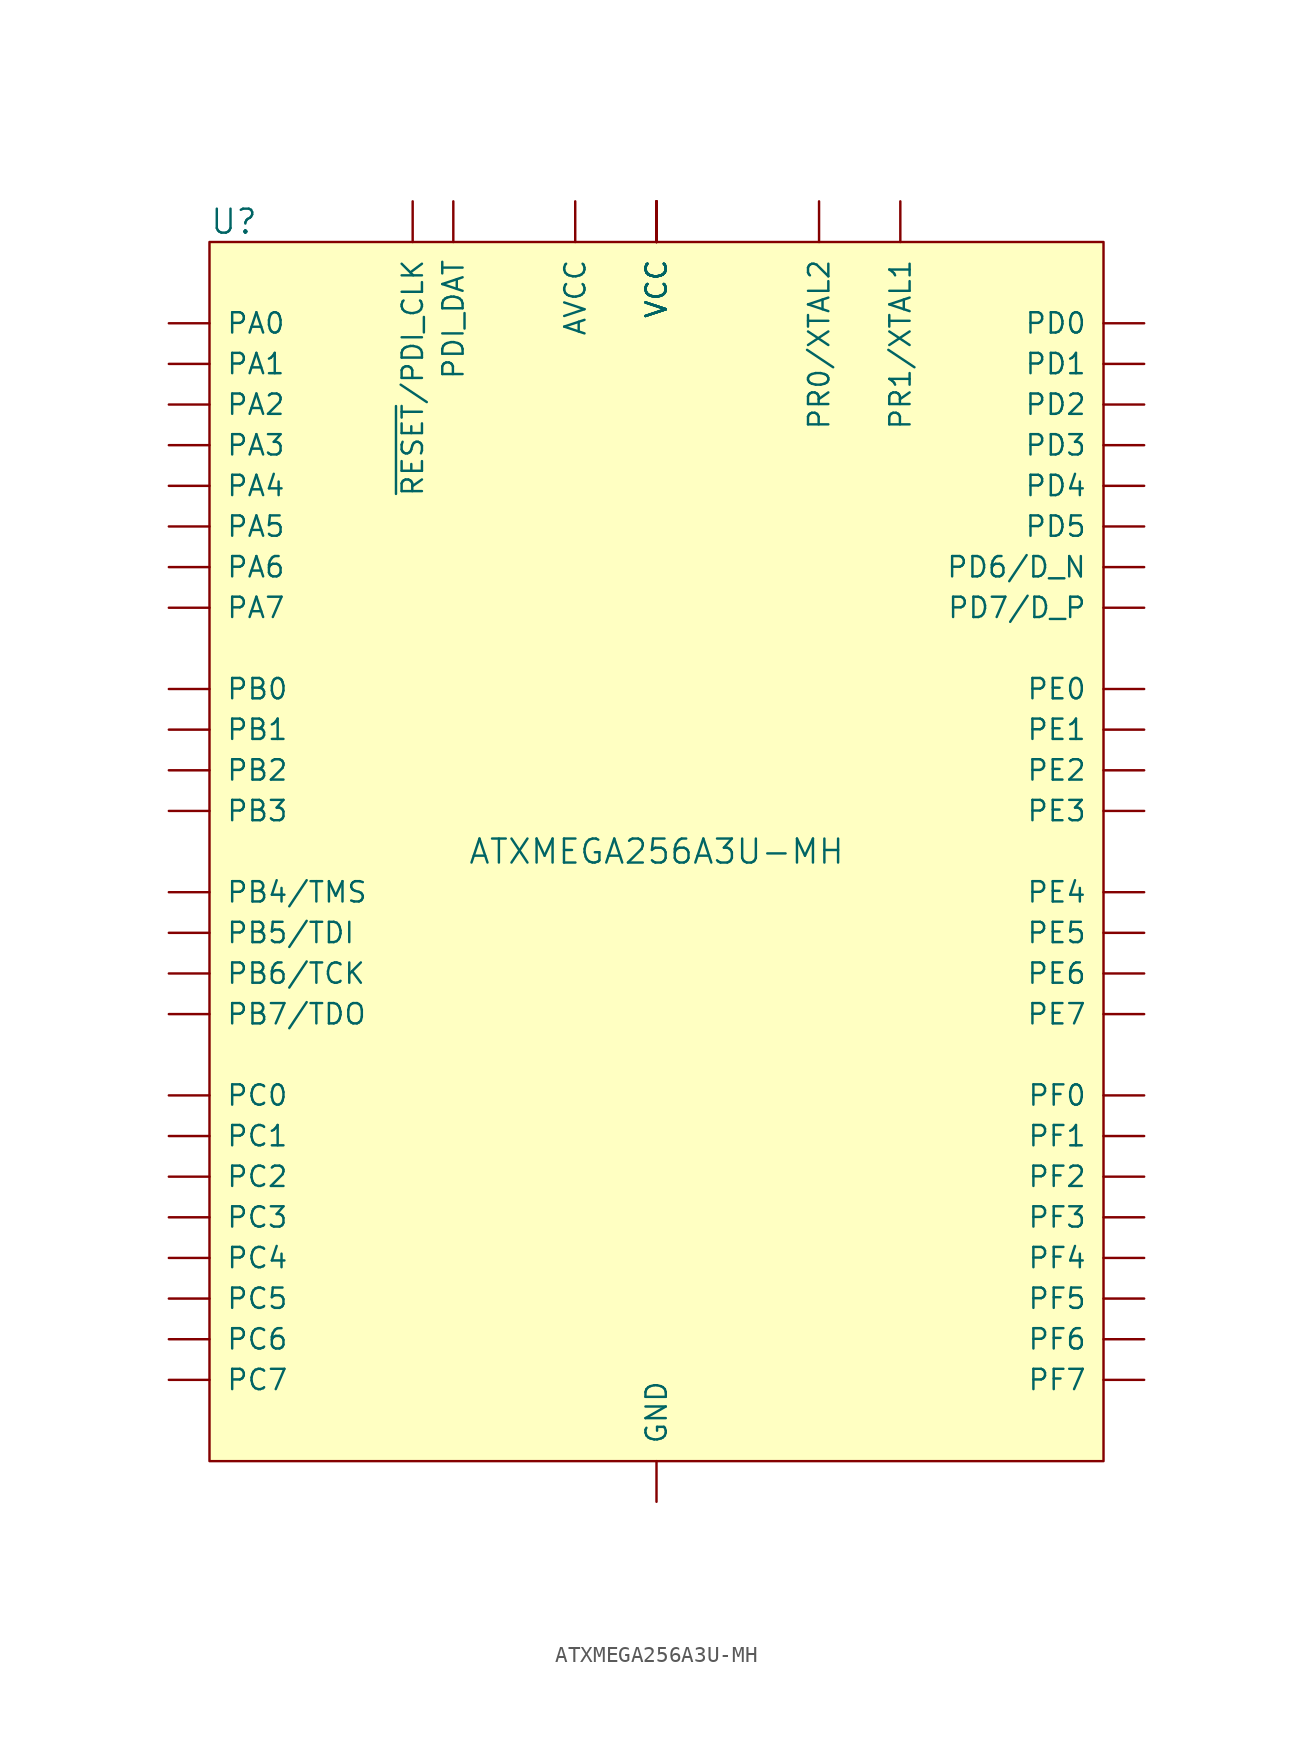
<source format=kicad_sym>
(kicad_symbol_lib
  (version 20211014)
  (generator kicad_symbol_editor)
  (symbol "ATXMEGA256A3U-MH"
    (pin_numbers hide)
    (pin_names
      (offset 1.016))
    (property "Reference" "U"
      (at -27.94 39.37 0)
      (effects (font (size 1.499 1.499)) (justify left)))
    (property "Value" "ATXMEGA256A3U-MH"
      (at 0 0 0)
      (effects (font (size 1.499 1.499))))
    (symbol "ATXMEGA256A3U-MH_0_1"
      (rectangle (start -27.94 38.1) (end 27.94 -38.1) (stroke (width 0.152) (type default) (color 0 0 0 0)) (fill (type background))))
    (symbol "ATXMEGA256A3U-MH_1_0"
      (pin bidirectional line (at -30.48 25.4 0) (length 2.54) (name "PA3" (effects (font (size 1.27 1.27)))) (number "1" (effects (font (size 0 0)))))
      (pin bidirectional line (at -30.48 -2.54 0) (length 2.54) (name "PB4/TMS" (effects (font (size 1.27 1.27)))) (number "10" (effects (font (size 0 0)))))
      (pin bidirectional line (at -30.48 -5.08 0) (length 2.54) (name "PB5/TDI" (effects (font (size 1.27 1.27)))) (number "11" (effects (font (size 0 0)))))
      (pin bidirectional line (at -30.48 -7.62 0) (length 2.54) (name "PB6/TCK" (effects (font (size 1.27 1.27)))) (number "12" (effects (font (size 0 0)))))
      (pin bidirectional line (at -30.48 -10.16 0) (length 2.54) (name "PB7/TDO" (effects (font (size 1.27 1.27)))) (number "13" (effects (font (size 0 0)))))
      (pin power_in line (at 0 -40.64 90) (length 2.54) (name "GND" (effects (font (size 1.27 1.27)))) (number "14" (effects (font (size 0 0)))))
      (pin power_in line (at 0 40.64 270) (length 2.54) (name "VCC" (effects (font (size 1.27 1.27)))) (number "15" (effects (font (size 0 0)))))
      (pin bidirectional line (at -30.48 -15.24 0) (length 2.54) (name "PC0" (effects (font (size 1.27 1.27)))) (number "16" (effects (font (size 0 0)))))
      (pin bidirectional line (at -30.48 -17.78 0) (length 2.54) (name "PC1" (effects (font (size 1.27 1.27)))) (number "17" (effects (font (size 0 0)))))
      (pin bidirectional line (at -30.48 -20.32 0) (length 2.54) (name "PC2" (effects (font (size 1.27 1.27)))) (number "18" (effects (font (size 0 0)))))
      (pin bidirectional line (at -30.48 -22.86 0) (length 2.54) (name "PC3" (effects (font (size 1.27 1.27)))) (number "19" (effects (font (size 0 0)))))
      (pin bidirectional line (at -30.48 22.86 0) (length 2.54) (name "PA4" (effects (font (size 1.27 1.27)))) (number "2" (effects (font (size 0 0)))))
      (pin bidirectional line (at -30.48 -25.4 0) (length 2.54) (name "PC4" (effects (font (size 1.27 1.27)))) (number "20" (effects (font (size 0 0)))))
      (pin bidirectional line (at -30.48 -27.94 0) (length 2.54) (name "PC5" (effects (font (size 1.27 1.27)))) (number "21" (effects (font (size 0 0)))))
      (pin bidirectional line (at -30.48 -30.48 0) (length 2.54) (name "PC6" (effects (font (size 1.27 1.27)))) (number "22" (effects (font (size 0 0)))))
      (pin bidirectional line (at -30.48 -33.02 0) (length 2.54) (name "PC7" (effects (font (size 1.27 1.27)))) (number "23" (effects (font (size 0 0)))))
      (pin power_in line (at 0 -40.64 90) (length 2.54) hide (name "GND" (effects (font (size 1.27 1.27)))) (number "24" (effects (font (size 0 0)))))
      (pin passive line (at 0 40.64 270) (length 2.54) (name "VCC" (effects (font (size 1.27 1.27)))) (number "25" (effects (font (size 0 0)))))
      (pin bidirectional line (at 30.48 33.02 180) (length 2.54) (name "PD0" (effects (font (size 1.27 1.27)))) (number "26" (effects (font (size 0 0)))))
      (pin bidirectional line (at 30.48 30.48 180) (length 2.54) (name "PD1" (effects (font (size 1.27 1.27)))) (number "27" (effects (font (size 0 0)))))
      (pin bidirectional line (at 30.48 27.94 180) (length 2.54) (name "PD2" (effects (font (size 1.27 1.27)))) (number "28" (effects (font (size 0 0)))))
      (pin bidirectional line (at 30.48 25.4 180) (length 2.54) (name "PD3" (effects (font (size 1.27 1.27)))) (number "29" (effects (font (size 0 0)))))
      (pin bidirectional line (at -30.48 20.32 0) (length 2.54) (name "PA5" (effects (font (size 1.27 1.27)))) (number "3" (effects (font (size 0 0)))))
      (pin bidirectional line (at 30.48 22.86 180) (length 2.54) (name "PD4" (effects (font (size 1.27 1.27)))) (number "30" (effects (font (size 0 0)))))
      (pin bidirectional line (at 30.48 20.32 180) (length 2.54) (name "PD5" (effects (font (size 1.27 1.27)))) (number "31" (effects (font (size 0 0)))))
      (pin bidirectional line (at 30.48 17.78 180) (length 2.54) (name "PD6/D_N" (effects (font (size 1.27 1.27)))) (number "32" (effects (font (size 0 0)))))
      (pin bidirectional line (at 30.48 15.24 180) (length 2.54) (name "PD7/D_P" (effects (font (size 1.27 1.27)))) (number "33" (effects (font (size 0 0)))))
      (pin power_in line (at 0 -40.64 90) (length 2.54) hide (name "GND" (effects (font (size 1.27 1.27)))) (number "34" (effects (font (size 0 0)))))
      (pin passive line (at 0 40.64 270) (length 2.54) (name "VCC" (effects (font (size 1.27 1.27)))) (number "35" (effects (font (size 0 0)))))
      (pin bidirectional line (at 30.48 10.16 180) (length 2.54) (name "PE0" (effects (font (size 1.27 1.27)))) (number "36" (effects (font (size 0 0)))))
      (pin bidirectional line (at 30.48 7.62 180) (length 2.54) (name "PE1" (effects (font (size 1.27 1.27)))) (number "37" (effects (font (size 0 0)))))
      (pin bidirectional line (at 30.48 5.08 180) (length 2.54) (name "PE2" (effects (font (size 1.27 1.27)))) (number "38" (effects (font (size 0 0)))))
      (pin bidirectional line (at 30.48 2.54 180) (length 2.54) (name "PE3" (effects (font (size 1.27 1.27)))) (number "39" (effects (font (size 0 0)))))
      (pin bidirectional line (at -30.48 17.78 0) (length 2.54) (name "PA6" (effects (font (size 1.27 1.27)))) (number "4" (effects (font (size 0 0)))))
      (pin bidirectional line (at 30.48 -2.54 180) (length 2.54) (name "PE4" (effects (font (size 1.27 1.27)))) (number "40" (effects (font (size 0 0)))))
      (pin bidirectional line (at 30.48 -5.08 180) (length 2.54) (name "PE5" (effects (font (size 1.27 1.27)))) (number "41" (effects (font (size 0 0)))))
      (pin bidirectional line (at 30.48 -7.62 180) (length 2.54) (name "PE6" (effects (font (size 1.27 1.27)))) (number "42" (effects (font (size 0 0)))))
      (pin input line (at 30.48 -10.16 180) (length 2.54) (name "PE7" (effects (font (size 1.27 1.27)))) (number "43" (effects (font (size 0 0)))))
      (pin power_in line (at 0 -40.64 90) (length 2.54) hide (name "GND" (effects (font (size 1.27 1.27)))) (number "44" (effects (font (size 0 0)))))
      (pin passive line (at 0 40.64 270) (length 2.54) (name "VCC" (effects (font (size 1.27 1.27)))) (number "45" (effects (font (size 0 0)))))
      (pin bidirectional line (at 30.48 -15.24 180) (length 2.54) (name "PF0" (effects (font (size 1.27 1.27)))) (number "46" (effects (font (size 0 0)))))
      (pin bidirectional line (at 30.48 -17.78 180) (length 2.54) (name "PF1" (effects (font (size 1.27 1.27)))) (number "47" (effects (font (size 0 0)))))
      (pin bidirectional line (at 30.48 -20.32 180) (length 2.54) (name "PF2" (effects (font (size 1.27 1.27)))) (number "48" (effects (font (size 0 0)))))
      (pin bidirectional line (at 30.48 -22.86 180) (length 2.54) (name "PF3" (effects (font (size 1.27 1.27)))) (number "49" (effects (font (size 0 0)))))
      (pin bidirectional line (at -30.48 15.24 0) (length 2.54) (name "PA7" (effects (font (size 1.27 1.27)))) (number "5" (effects (font (size 0 0)))))
      (pin bidirectional line (at 30.48 -25.4 180) (length 2.54) (name "PF4" (effects (font (size 1.27 1.27)))) (number "50" (effects (font (size 0 0)))))
      (pin bidirectional line (at 30.48 -27.94 180) (length 2.54) (name "PF5" (effects (font (size 1.27 1.27)))) (number "51" (effects (font (size 0 0)))))
      (pin power_in line (at 0 -40.64 90) (length 2.54) hide (name "GND" (effects (font (size 1.27 1.27)))) (number "52" (effects (font (size 0 0)))))
      (pin passive line (at 0 40.64 270) (length 2.54) (name "VCC" (effects (font (size 1.27 1.27)))) (number "53" (effects (font (size 0 0)))))
      (pin bidirectional line (at 30.48 -30.48 180) (length 2.54) (name "PF6" (effects (font (size 1.27 1.27)))) (number "54" (effects (font (size 0 0)))))
      (pin bidirectional line (at 30.48 -33.02 180) (length 2.54) (name "PF7" (effects (font (size 1.27 1.27)))) (number "55" (effects (font (size 0 0)))))
      (pin bidirectional line (at -12.7 40.64 270) (length 2.54) (name "PDI_DAT" (effects (font (size 1.27 1.27)))) (number "56" (effects (font (size 0 0)))))
      (pin input line (at -15.24 40.64 270) (length 2.54) (name "~{RESET}/PDI_CLK" (effects (font (size 1.27 1.27)))) (number "57" (effects (font (size 0 0)))))
      (pin bidirectional line (at 10.16 40.64 270) (length 2.54) (name "PR0/XTAL2" (effects (font (size 1.27 1.27)))) (number "58" (effects (font (size 0 0)))))
      (pin bidirectional line (at 15.24 40.64 270) (length 2.54) (name "PR1/XTAL1" (effects (font (size 1.27 1.27)))) (number "59" (effects (font (size 0 0)))))
      (pin bidirectional line (at -30.48 10.16 0) (length 2.54) (name "PB0" (effects (font (size 1.27 1.27)))) (number "6" (effects (font (size 0 0)))))
      (pin power_in line (at 0 -40.64 90) (length 2.54) hide (name "GND" (effects (font (size 1.27 1.27)))) (number "60" (effects (font (size 0 0)))))
      (pin power_in line (at -5.08 40.64 270) (length 2.54) (name "AVCC" (effects (font (size 1.27 1.27)))) (number "61" (effects (font (size 0 0)))))
      (pin bidirectional line (at -30.48 33.02 0) (length 2.54) (name "PA0" (effects (font (size 1.27 1.27)))) (number "62" (effects (font (size 0 0)))))
      (pin bidirectional line (at -30.48 30.48 0) (length 2.54) (name "PA1" (effects (font (size 1.27 1.27)))) (number "63" (effects (font (size 0 0)))))
      (pin bidirectional line (at -30.48 27.94 0) (length 2.54) (name "PA2" (effects (font (size 1.27 1.27)))) (number "64" (effects (font (size 0 0)))))
      (pin power_in line (at 0 -40.64 90) (length 2.54) hide (name "GND" (effects (font (size 1.27 1.27)))) (number "65" (effects (font (size 0 0)))))
      (pin bidirectional line (at -30.48 7.62 0) (length 2.54) (name "PB1" (effects (font (size 1.27 1.27)))) (number "7" (effects (font (size 0 0)))))
      (pin bidirectional line (at -30.48 5.08 0) (length 2.54) (name "PB2" (effects (font (size 1.27 1.27)))) (number "8" (effects (font (size 0 0)))))
      (pin bidirectional line (at -30.48 2.54 0) (length 2.54) (name "PB3" (effects (font (size 1.27 1.27)))) (number "9" (effects (font (size 0 0))))))))
</source>
